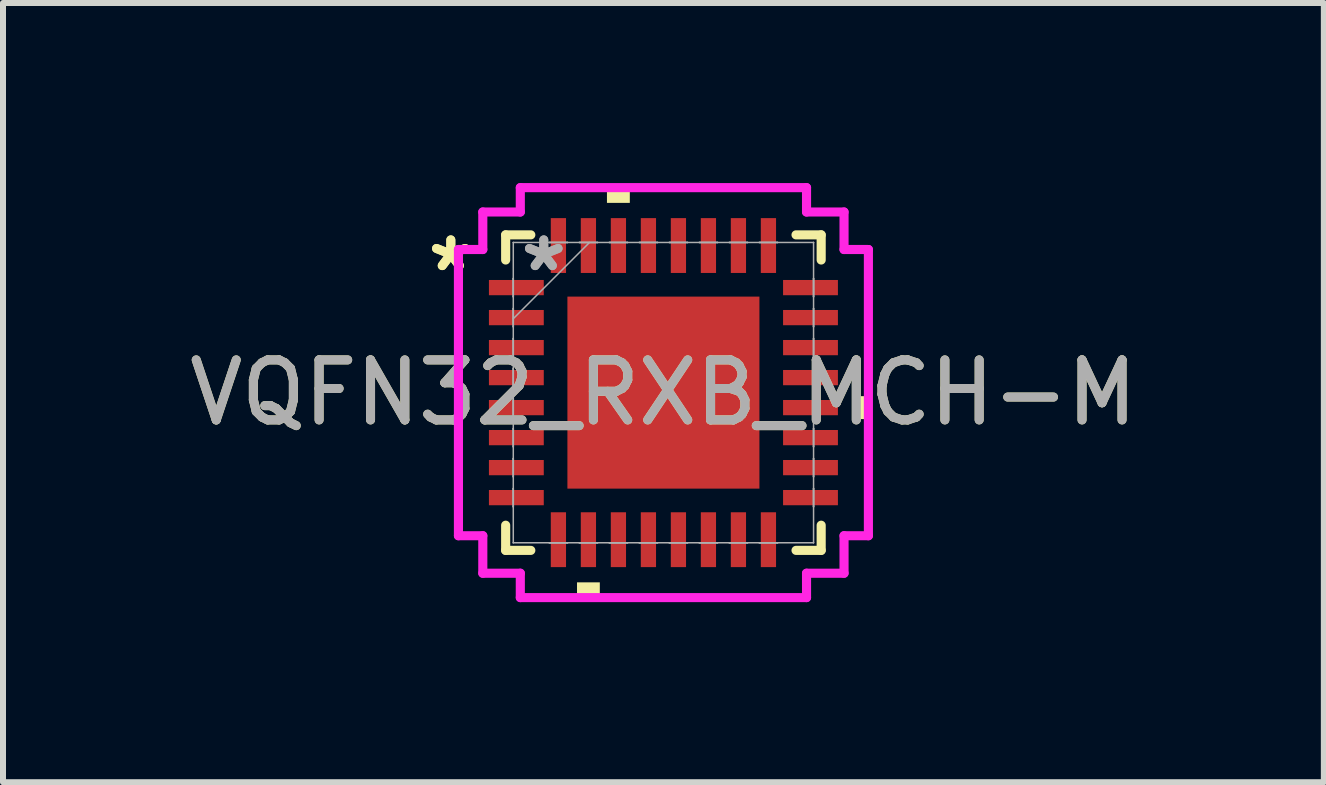
<source format=kicad_pcb>
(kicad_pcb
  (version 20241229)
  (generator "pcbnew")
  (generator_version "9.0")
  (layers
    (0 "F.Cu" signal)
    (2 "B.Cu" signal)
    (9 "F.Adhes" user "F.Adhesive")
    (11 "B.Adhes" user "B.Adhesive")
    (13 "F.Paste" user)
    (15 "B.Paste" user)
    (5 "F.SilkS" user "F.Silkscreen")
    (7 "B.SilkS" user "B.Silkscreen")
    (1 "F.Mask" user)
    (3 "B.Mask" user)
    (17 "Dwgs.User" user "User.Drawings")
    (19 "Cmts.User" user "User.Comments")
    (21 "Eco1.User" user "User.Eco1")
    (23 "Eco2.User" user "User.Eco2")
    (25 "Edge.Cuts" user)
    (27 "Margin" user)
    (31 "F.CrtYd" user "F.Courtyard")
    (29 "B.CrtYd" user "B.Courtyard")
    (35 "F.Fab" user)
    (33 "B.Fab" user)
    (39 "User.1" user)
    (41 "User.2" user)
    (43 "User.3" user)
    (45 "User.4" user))
  (footprint "VQFN32_RXB_MCH-M"
    (layer "F.Cu")
    (at 8.006 3.493)
    (property "Reference" "VQFN32_RXB_MCH-M" (at 0 0 0) (unlocked yes) (layer "F.SilkS") (effects (font (size 1 1) (thickness 0.15))))
    (attr smd)
    (fp_line (start -2.629 -2.629) (end -2.629 -2.21) (stroke (width 0.152) (type solid)) (layer "F.SilkS"))
    (fp_line (start -2.629 2.21) (end -2.629 2.629) (stroke (width 0.152) (type solid)) (layer "F.SilkS"))
    (fp_line (start -2.629 2.629) (end -2.21 2.629) (stroke (width 0.152) (type solid)) (layer "F.SilkS"))
    (fp_line (start -2.21 -2.629) (end -2.629 -2.629) (stroke (width 0.152) (type solid)) (layer "F.SilkS"))
    (fp_line (start 2.21 2.629) (end 2.629 2.629) (stroke (width 0.152) (type solid)) (layer "F.SilkS"))
    (fp_line (start 2.629 -2.629) (end 2.21 -2.629) (stroke (width 0.152) (type solid)) (layer "F.SilkS"))
    (fp_line (start 2.629 -2.21) (end 2.629 -2.629) (stroke (width 0.152) (type solid)) (layer "F.SilkS"))
    (fp_line (start 2.629 2.629) (end 2.629 2.21) (stroke (width 0.152) (type solid)) (layer "F.SilkS"))
    (fp_poly (pts (xy -1.44 3.162) (xy -1.44 3.416) (xy -1.06 3.416) (xy -1.06 3.162)) (stroke (width 0) (type solid)) (fill yes) (layer "F.SilkS"))
    (fp_poly (pts (xy -0.941 -3.162) (xy -0.941 -3.416) (xy -0.56 -3.416) (xy -0.56 -3.162)) (stroke (width 0) (type solid)) (fill yes) (layer "F.SilkS"))
    (fp_poly (pts (xy 3.416 0.059) (xy 3.416 0.441) (xy 3.162 0.441) (xy 3.162 0.059)) (stroke (width 0) (type solid)) (fill yes) (layer "F.SilkS"))
    (fp_poly (pts (xy -1.5 -1.5) (xy -1.5 -0.1) (xy -0.1 -0.1) (xy -0.1 -1.5)) (stroke (width 0) (type solid)) (fill yes) (layer "F.Paste"))
    (fp_poly (pts (xy -1.5 0.1) (xy -1.5 1.5) (xy -0.1 1.5) (xy -0.1 0.1)) (stroke (width 0) (type solid)) (fill yes) (layer "F.Paste"))
    (fp_poly (pts (xy 0.1 -1.5) (xy 0.1 -0.1) (xy 1.5 -0.1) (xy 1.5 -1.5)) (stroke (width 0) (type solid)) (fill yes) (layer "F.Paste"))
    (fp_poly (pts (xy 0.1 0.1) (xy 0.1 1.5) (xy 1.5 1.5) (xy 1.5 0.1)) (stroke (width 0) (type solid)) (fill yes) (layer "F.Paste"))
    (fp_line (start -3.416 -2.385) (end -3.01 -2.385) (stroke (width 0.152) (type solid)) (layer "F.CrtYd"))
    (fp_line (start -3.416 2.385) (end -3.416 -2.385) (stroke (width 0.152) (type solid)) (layer "F.CrtYd"))
    (fp_line (start -3.01 -3.01) (end -2.385 -3.01) (stroke (width 0.152) (type solid)) (layer "F.CrtYd"))
    (fp_line (start -3.01 -2.385) (end -3.01 -3.01) (stroke (width 0.152) (type solid)) (layer "F.CrtYd"))
    (fp_line (start -3.01 2.385) (end -3.416 2.385) (stroke (width 0.152) (type solid)) (layer "F.CrtYd"))
    (fp_line (start -3.01 3.01) (end -3.01 2.385) (stroke (width 0.152) (type solid)) (layer "F.CrtYd"))
    (fp_line (start -2.385 -3.416) (end 2.385 -3.416) (stroke (width 0.152) (type solid)) (layer "F.CrtYd"))
    (fp_line (start -2.385 -3.01) (end -2.385 -3.416) (stroke (width 0.152) (type solid)) (layer "F.CrtYd"))
    (fp_line (start -2.385 3.01) (end -3.01 3.01) (stroke (width 0.152) (type solid)) (layer "F.CrtYd"))
    (fp_line (start -2.385 3.416) (end -2.385 3.01) (stroke (width 0.152) (type solid)) (layer "F.CrtYd"))
    (fp_line (start 2.385 -3.416) (end 2.385 -3.01) (stroke (width 0.152) (type solid)) (layer "F.CrtYd"))
    (fp_line (start 2.385 -3.01) (end 3.01 -3.01) (stroke (width 0.152) (type solid)) (layer "F.CrtYd"))
    (fp_line (start 2.385 3.01) (end 2.385 3.416) (stroke (width 0.152) (type solid)) (layer "F.CrtYd"))
    (fp_line (start 2.385 3.416) (end -2.385 3.416) (stroke (width 0.152) (type solid)) (layer "F.CrtYd"))
    (fp_line (start 3.01 -3.01) (end 3.01 -2.385) (stroke (width 0.152) (type solid)) (layer "F.CrtYd"))
    (fp_line (start 3.01 -2.385) (end 3.416 -2.385) (stroke (width 0.152) (type solid)) (layer "F.CrtYd"))
    (fp_line (start 3.01 2.385) (end 3.01 3.01) (stroke (width 0.152) (type solid)) (layer "F.CrtYd"))
    (fp_line (start 3.01 3.01) (end 2.385 3.01) (stroke (width 0.152) (type solid)) (layer "F.CrtYd"))
    (fp_line (start 3.416 -2.385) (end 3.416 2.385) (stroke (width 0.152) (type solid)) (layer "F.CrtYd"))
    (fp_line (start 3.416 2.385) (end 3.01 2.385) (stroke (width 0.152) (type solid)) (layer "F.CrtYd"))
    (fp_line (start -2.502 -2.502) (end -2.502 -2.502) (stroke (width 0.025) (type solid)) (layer "F.Fab"))
    (fp_line (start -2.502 -2.502) (end -2.502 2.502) (stroke (width 0.025) (type solid)) (layer "F.Fab"))
    (fp_line (start -2.502 -1.902) (end -2.502 -1.902) (stroke (width 0.025) (type solid)) (layer "F.Fab"))
    (fp_line (start -2.502 -1.902) (end -2.502 -1.598) (stroke (width 0.025) (type solid)) (layer "F.Fab"))
    (fp_line (start -2.502 -1.598) (end -2.502 -1.902) (stroke (width 0.025) (type solid)) (layer "F.Fab"))
    (fp_line (start -2.502 -1.598) (end -2.502 -1.598) (stroke (width 0.025) (type solid)) (layer "F.Fab"))
    (fp_line (start -2.502 -1.402) (end -2.502 -1.402) (stroke (width 0.025) (type solid)) (layer "F.Fab"))
    (fp_line (start -2.502 -1.402) (end -2.502 -1.098) (stroke (width 0.025) (type solid)) (layer "F.Fab"))
    (fp_line (start -2.502 -1.232) (end -1.232 -2.502) (stroke (width 0.025) (type solid)) (layer "F.Fab"))
    (fp_line (start -2.502 -1.098) (end -2.502 -1.402) (stroke (width 0.025) (type solid)) (layer "F.Fab"))
    (fp_line (start -2.502 -1.098) (end -2.502 -1.098) (stroke (width 0.025) (type solid)) (layer "F.Fab"))
    (fp_line (start -2.502 -0.902) (end -2.502 -0.902) (stroke (width 0.025) (type solid)) (layer "F.Fab"))
    (fp_line (start -2.502 -0.902) (end -2.502 -0.598) (stroke (width 0.025) (type solid)) (layer "F.Fab"))
    (fp_line (start -2.502 -0.598) (end -2.502 -0.902) (stroke (width 0.025) (type solid)) (layer "F.Fab"))
    (fp_line (start -2.502 -0.598) (end -2.502 -0.598) (stroke (width 0.025) (type solid)) (layer "F.Fab"))
    (fp_line (start -2.502 -0.402) (end -2.502 -0.402) (stroke (width 0.025) (type solid)) (layer "F.Fab"))
    (fp_line (start -2.502 -0.402) (end -2.502 -0.098) (stroke (width 0.025) (type solid)) (layer "F.Fab"))
    (fp_line (start -2.502 -0.098) (end -2.502 -0.402) (stroke (width 0.025) (type solid)) (layer "F.Fab"))
    (fp_line (start -2.502 -0.098) (end -2.502 -0.098) (stroke (width 0.025) (type solid)) (layer "F.Fab"))
    (fp_line (start -2.502 0.098) (end -2.502 0.098) (stroke (width 0.025) (type solid)) (layer "F.Fab"))
    (fp_line (start -2.502 0.098) (end -2.502 0.402) (stroke (width 0.025) (type solid)) (layer "F.Fab"))
    (fp_line (start -2.502 0.402) (end -2.502 0.098) (stroke (width 0.025) (type solid)) (layer "F.Fab"))
    (fp_line (start -2.502 0.402) (end -2.502 0.402) (stroke (width 0.025) (type solid)) (layer "F.Fab"))
    (fp_line (start -2.502 0.598) (end -2.502 0.598) (stroke (width 0.025) (type solid)) (layer "F.Fab"))
    (fp_line (start -2.502 0.598) (end -2.502 0.902) (stroke (width 0.025) (type solid)) (layer "F.Fab"))
    (fp_line (start -2.502 0.902) (end -2.502 0.598) (stroke (width 0.025) (type solid)) (layer "F.Fab"))
    (fp_line (start -2.502 0.902) (end -2.502 0.902) (stroke (width 0.025) (type solid)) (layer "F.Fab"))
    (fp_line (start -2.502 1.098) (end -2.502 1.098) (stroke (width 0.025) (type solid)) (layer "F.Fab"))
    (fp_line (start -2.502 1.098) (end -2.502 1.402) (stroke (width 0.025) (type solid)) (layer "F.Fab"))
    (fp_line (start -2.502 1.402) (end -2.502 1.098) (stroke (width 0.025) (type solid)) (layer "F.Fab"))
    (fp_line (start -2.502 1.402) (end -2.502 1.402) (stroke (width 0.025) (type solid)) (layer "F.Fab"))
    (fp_line (start -2.502 1.598) (end -2.502 1.598) (stroke (width 0.025) (type solid)) (layer "F.Fab"))
    (fp_line (start -2.502 1.598) (end -2.502 1.902) (stroke (width 0.025) (type solid)) (layer "F.Fab"))
    (fp_line (start -2.502 1.902) (end -2.502 1.598) (stroke (width 0.025) (type solid)) (layer "F.Fab"))
    (fp_line (start -2.502 1.902) (end -2.502 1.902) (stroke (width 0.025) (type solid)) (layer "F.Fab"))
    (fp_line (start -2.502 2.502) (end -2.502 2.502) (stroke (width 0.025) (type solid)) (layer "F.Fab"))
    (fp_line (start -2.502 2.502) (end 2.502 2.502) (stroke (width 0.025) (type solid)) (layer "F.Fab"))
    (fp_line (start -1.902 -2.502) (end -1.902 -2.502) (stroke (width 0.025) (type solid)) (layer "F.Fab"))
    (fp_line (start -1.902 -2.502) (end -1.598 -2.502) (stroke (width 0.025) (type solid)) (layer "F.Fab"))
    (fp_line (start -1.902 2.502) (end -1.902 2.502) (stroke (width 0.025) (type solid)) (layer "F.Fab"))
    (fp_line (start -1.902 2.502) (end -1.598 2.502) (stroke (width 0.025) (type solid)) (layer "F.Fab"))
    (fp_line (start -1.598 -2.502) (end -1.902 -2.502) (stroke (width 0.025) (type solid)) (layer "F.Fab"))
    (fp_line (start -1.598 -2.502) (end -1.598 -2.502) (stroke (width 0.025) (type solid)) (layer "F.Fab"))
    (fp_line (start -1.598 2.502) (end -1.902 2.502) (stroke (width 0.025) (type solid)) (layer "F.Fab"))
    (fp_line (start -1.598 2.502) (end -1.598 2.502) (stroke (width 0.025) (type solid)) (layer "F.Fab"))
    (fp_line (start -1.402 -2.502) (end -1.402 -2.502) (stroke (width 0.025) (type solid)) (layer "F.Fab"))
    (fp_line (start -1.402 -2.502) (end -1.098 -2.502) (stroke (width 0.025) (type solid)) (layer "F.Fab"))
    (fp_line (start -1.402 2.502) (end -1.402 2.502) (stroke (width 0.025) (type solid)) (layer "F.Fab"))
    (fp_line (start -1.402 2.502) (end -1.098 2.502) (stroke (width 0.025) (type solid)) (layer "F.Fab"))
    (fp_line (start -1.098 -2.502) (end -1.402 -2.502) (stroke (width 0.025) (type solid)) (layer "F.Fab"))
    (fp_line (start -1.098 -2.502) (end -1.098 -2.502) (stroke (width 0.025) (type solid)) (layer "F.Fab"))
    (fp_line (start -1.098 2.502) (end -1.402 2.502) (stroke (width 0.025) (type solid)) (layer "F.Fab"))
    (fp_line (start -1.098 2.502) (end -1.098 2.502) (stroke (width 0.025) (type solid)) (layer "F.Fab"))
    (fp_line (start -0.902 -2.502) (end -0.902 -2.502) (stroke (width 0.025) (type solid)) (layer "F.Fab"))
    (fp_line (start -0.902 -2.502) (end -0.598 -2.502) (stroke (width 0.025) (type solid)) (layer "F.Fab"))
    (fp_line (start -0.902 2.502) (end -0.902 2.502) (stroke (width 0.025) (type solid)) (layer "F.Fab"))
    (fp_line (start -0.902 2.502) (end -0.598 2.502) (stroke (width 0.025) (type solid)) (layer "F.Fab"))
    (fp_line (start -0.598 -2.502) (end -0.902 -2.502) (stroke (width 0.025) (type solid)) (layer "F.Fab"))
    (fp_line (start -0.598 -2.502) (end -0.598 -2.502) (stroke (width 0.025) (type solid)) (layer "F.Fab"))
    (fp_line (start -0.598 2.502) (end -0.902 2.502) (stroke (width 0.025) (type solid)) (layer "F.Fab"))
    (fp_line (start -0.598 2.502) (end -0.598 2.502) (stroke (width 0.025) (type solid)) (layer "F.Fab"))
    (fp_line (start -0.402 -2.502) (end -0.402 -2.502) (stroke (width 0.025) (type solid)) (layer "F.Fab"))
    (fp_line (start -0.402 -2.502) (end -0.098 -2.502) (stroke (width 0.025) (type solid)) (layer "F.Fab"))
    (fp_line (start -0.402 2.502) (end -0.402 2.502) (stroke (width 0.025) (type solid)) (layer "F.Fab"))
    (fp_line (start -0.402 2.502) (end -0.098 2.502) (stroke (width 0.025) (type solid)) (layer "F.Fab"))
    (fp_line (start -0.098 -2.502) (end -0.402 -2.502) (stroke (width 0.025) (type solid)) (layer "F.Fab"))
    (fp_line (start -0.098 -2.502) (end -0.098 -2.502) (stroke (width 0.025) (type solid)) (layer "F.Fab"))
    (fp_line (start -0.098 2.502) (end -0.402 2.502) (stroke (width 0.025) (type solid)) (layer "F.Fab"))
    (fp_line (start -0.098 2.502) (end -0.098 2.502) (stroke (width 0.025) (type solid)) (layer "F.Fab"))
    (fp_line (start 0.098 -2.502) (end 0.098 -2.502) (stroke (width 0.025) (type solid)) (layer "F.Fab"))
    (fp_line (start 0.098 -2.502) (end 0.402 -2.502) (stroke (width 0.025) (type solid)) (layer "F.Fab"))
    (fp_line (start 0.098 2.502) (end 0.098 2.502) (stroke (width 0.025) (type solid)) (layer "F.Fab"))
    (fp_line (start 0.098 2.502) (end 0.402 2.502) (stroke (width 0.025) (type solid)) (layer "F.Fab"))
    (fp_line (start 0.402 -2.502) (end 0.098 -2.502) (stroke (width 0.025) (type solid)) (layer "F.Fab"))
    (fp_line (start 0.402 -2.502) (end 0.402 -2.502) (stroke (width 0.025) (type solid)) (layer "F.Fab"))
    (fp_line (start 0.402 2.502) (end 0.098 2.502) (stroke (width 0.025) (type solid)) (layer "F.Fab"))
    (fp_line (start 0.402 2.502) (end 0.402 2.502) (stroke (width 0.025) (type solid)) (layer "F.Fab"))
    (fp_line (start 0.598 -2.502) (end 0.598 -2.502) (stroke (width 0.025) (type solid)) (layer "F.Fab"))
    (fp_line (start 0.598 -2.502) (end 0.902 -2.502) (stroke (width 0.025) (type solid)) (layer "F.Fab"))
    (fp_line (start 0.598 2.502) (end 0.598 2.502) (stroke (width 0.025) (type solid)) (layer "F.Fab"))
    (fp_line (start 0.598 2.502) (end 0.902 2.502) (stroke (width 0.025) (type solid)) (layer "F.Fab"))
    (fp_line (start 0.902 -2.502) (end 0.598 -2.502) (stroke (width 0.025) (type solid)) (layer "F.Fab"))
    (fp_line (start 0.902 -2.502) (end 0.902 -2.502) (stroke (width 0.025) (type solid)) (layer "F.Fab"))
    (fp_line (start 0.902 2.502) (end 0.598 2.502) (stroke (width 0.025) (type solid)) (layer "F.Fab"))
    (fp_line (start 0.902 2.502) (end 0.902 2.502) (stroke (width 0.025) (type solid)) (layer "F.Fab"))
    (fp_line (start 1.098 -2.502) (end 1.098 -2.502) (stroke (width 0.025) (type solid)) (layer "F.Fab"))
    (fp_line (start 1.098 -2.502) (end 1.402 -2.502) (stroke (width 0.025) (type solid)) (layer "F.Fab"))
    (fp_line (start 1.098 2.502) (end 1.098 2.502) (stroke (width 0.025) (type solid)) (layer "F.Fab"))
    (fp_line (start 1.098 2.502) (end 1.402 2.502) (stroke (width 0.025) (type solid)) (layer "F.Fab"))
    (fp_line (start 1.402 -2.502) (end 1.098 -2.502) (stroke (width 0.025) (type solid)) (layer "F.Fab"))
    (fp_line (start 1.402 -2.502) (end 1.402 -2.502) (stroke (width 0.025) (type solid)) (layer "F.Fab"))
    (fp_line (start 1.402 2.502) (end 1.098 2.502) (stroke (width 0.025) (type solid)) (layer "F.Fab"))
    (fp_line (start 1.402 2.502) (end 1.402 2.502) (stroke (width 0.025) (type solid)) (layer "F.Fab"))
    (fp_line (start 1.598 -2.502) (end 1.598 -2.502) (stroke (width 0.025) (type solid)) (layer "F.Fab"))
    (fp_line (start 1.598 -2.502) (end 1.902 -2.502) (stroke (width 0.025) (type solid)) (layer "F.Fab"))
    (fp_line (start 1.598 2.502) (end 1.598 2.502) (stroke (width 0.025) (type solid)) (layer "F.Fab"))
    (fp_line (start 1.598 2.502) (end 1.902 2.502) (stroke (width 0.025) (type solid)) (layer "F.Fab"))
    (fp_line (start 1.902 -2.502) (end 1.598 -2.502) (stroke (width 0.025) (type solid)) (layer "F.Fab"))
    (fp_line (start 1.902 -2.502) (end 1.902 -2.502) (stroke (width 0.025) (type solid)) (layer "F.Fab"))
    (fp_line (start 1.902 2.502) (end 1.598 2.502) (stroke (width 0.025) (type solid)) (layer "F.Fab"))
    (fp_line (start 1.902 2.502) (end 1.902 2.502) (stroke (width 0.025) (type solid)) (layer "F.Fab"))
    (fp_line (start 2.502 -2.502) (end -2.502 -2.502) (stroke (width 0.025) (type solid)) (layer "F.Fab"))
    (fp_line (start 2.502 -2.502) (end 2.502 -2.502) (stroke (width 0.025) (type solid)) (layer "F.Fab"))
    (fp_line (start 2.502 -1.902) (end 2.502 -1.902) (stroke (width 0.025) (type solid)) (layer "F.Fab"))
    (fp_line (start 2.502 -1.902) (end 2.502 -1.598) (stroke (width 0.025) (type solid)) (layer "F.Fab"))
    (fp_line (start 2.502 -1.598) (end 2.502 -1.902) (stroke (width 0.025) (type solid)) (layer "F.Fab"))
    (fp_line (start 2.502 -1.598) (end 2.502 -1.598) (stroke (width 0.025) (type solid)) (layer "F.Fab"))
    (fp_line (start 2.502 -1.402) (end 2.502 -1.402) (stroke (width 0.025) (type solid)) (layer "F.Fab"))
    (fp_line (start 2.502 -1.402) (end 2.502 -1.098) (stroke (width 0.025) (type solid)) (layer "F.Fab"))
    (fp_line (start 2.502 -1.098) (end 2.502 -1.402) (stroke (width 0.025) (type solid)) (layer "F.Fab"))
    (fp_line (start 2.502 -1.098) (end 2.502 -1.098) (stroke (width 0.025) (type solid)) (layer "F.Fab"))
    (fp_line (start 2.502 -0.902) (end 2.502 -0.902) (stroke (width 0.025) (type solid)) (layer "F.Fab"))
    (fp_line (start 2.502 -0.902) (end 2.502 -0.598) (stroke (width 0.025) (type solid)) (layer "F.Fab"))
    (fp_line (start 2.502 -0.598) (end 2.502 -0.902) (stroke (width 0.025) (type solid)) (layer "F.Fab"))
    (fp_line (start 2.502 -0.598) (end 2.502 -0.598) (stroke (width 0.025) (type solid)) (layer "F.Fab"))
    (fp_line (start 2.502 -0.402) (end 2.502 -0.402) (stroke (width 0.025) (type solid)) (layer "F.Fab"))
    (fp_line (start 2.502 -0.402) (end 2.502 -0.098) (stroke (width 0.025) (type solid)) (layer "F.Fab"))
    (fp_line (start 2.502 -0.098) (end 2.502 -0.402) (stroke (width 0.025) (type solid)) (layer "F.Fab"))
    (fp_line (start 2.502 -0.098) (end 2.502 -0.098) (stroke (width 0.025) (type solid)) (layer "F.Fab"))
    (fp_line (start 2.502 0.098) (end 2.502 0.098) (stroke (width 0.025) (type solid)) (layer "F.Fab"))
    (fp_line (start 2.502 0.098) (end 2.502 0.402) (stroke (width 0.025) (type solid)) (layer "F.Fab"))
    (fp_line (start 2.502 0.402) (end 2.502 0.098) (stroke (width 0.025) (type solid)) (layer "F.Fab"))
    (fp_line (start 2.502 0.402) (end 2.502 0.402) (stroke (width 0.025) (type solid)) (layer "F.Fab"))
    (fp_line (start 2.502 0.598) (end 2.502 0.598) (stroke (width 0.025) (type solid)) (layer "F.Fab"))
    (fp_line (start 2.502 0.598) (end 2.502 0.902) (stroke (width 0.025) (type solid)) (layer "F.Fab"))
    (fp_line (start 2.502 0.902) (end 2.502 0.598) (stroke (width 0.025) (type solid)) (layer "F.Fab"))
    (fp_line (start 2.502 0.902) (end 2.502 0.902) (stroke (width 0.025) (type solid)) (layer "F.Fab"))
    (fp_line (start 2.502 1.098) (end 2.502 1.098) (stroke (width 0.025) (type solid)) (layer "F.Fab"))
    (fp_line (start 2.502 1.098) (end 2.502 1.402) (stroke (width 0.025) (type solid)) (layer "F.Fab"))
    (fp_line (start 2.502 1.402) (end 2.502 1.098) (stroke (width 0.025) (type solid)) (layer "F.Fab"))
    (fp_line (start 2.502 1.402) (end 2.502 1.402) (stroke (width 0.025) (type solid)) (layer "F.Fab"))
    (fp_line (start 2.502 1.598) (end 2.502 1.598) (stroke (width 0.025) (type solid)) (layer "F.Fab"))
    (fp_line (start 2.502 1.598) (end 2.502 1.902) (stroke (width 0.025) (type solid)) (layer "F.Fab"))
    (fp_line (start 2.502 1.902) (end 2.502 1.598) (stroke (width 0.025) (type solid)) (layer "F.Fab"))
    (fp_line (start 2.502 1.902) (end 2.502 1.902) (stroke (width 0.025) (type solid)) (layer "F.Fab"))
    (fp_line (start 2.502 2.502) (end 2.502 -2.502) (stroke (width 0.025) (type solid)) (layer "F.Fab"))
    (fp_line (start 2.502 2.502) (end 2.502 2.502) (stroke (width 0.025) (type solid)) (layer "F.Fab"))
    (fp_text user "*" (at -3.543 -2 0) (layer "F.SilkS") (effects (font (size 1 1) (thickness 0.15))))
    (fp_text user "*" (at -3.543 -2 0) (unlocked yes) (layer "F.SilkS") (effects (font (size 1 1) (thickness 0.15))))
    (fp_text user "*" (at -1.994 -2 0) (layer "F.Fab") (effects (font (size 1 1) (thickness 0.15))))
    (fp_text user "${REFERENCE}" (at 0 0 0) (unlocked yes) (layer "F.Fab") (effects (font (size 1 1) (thickness 0.15))))
    (fp_text user "*" (at -1.994 -2 0) (unlocked yes) (layer "F.Fab") (effects (font (size 1 1) (thickness 0.15))))
    (pad "1" smd rect (at -2.451 -1.75 90) (size 0.254 0.914) (layers "F.Cu" "F.Mask" "F.Paste"))
    (pad "2" smd rect (at -2.451 -1.25 90) (size 0.254 0.914) (layers "F.Cu" "F.Mask" "F.Paste"))
    (pad "3" smd rect (at -2.451 -0.75 90) (size 0.254 0.914) (layers "F.Cu" "F.Mask" "F.Paste"))
    (pad "4" smd rect (at -2.451 -0.25 90) (size 0.254 0.914) (layers "F.Cu" "F.Mask" "F.Paste"))
    (pad "5" smd rect (at -2.451 0.25 90) (size 0.254 0.914) (layers "F.Cu" "F.Mask" "F.Paste"))
    (pad "6" smd rect (at -2.451 0.75 90) (size 0.254 0.914) (layers "F.Cu" "F.Mask" "F.Paste"))
    (pad "7" smd rect (at -2.451 1.25 90) (size 0.254 0.914) (layers "F.Cu" "F.Mask" "F.Paste"))
    (pad "8" smd rect (at -2.451 1.75 90) (size 0.254 0.914) (layers "F.Cu" "F.Mask" "F.Paste"))
    (pad "9" smd rect (at -1.75 2.451) (size 0.254 0.914) (layers "F.Cu" "F.Mask" "F.Paste"))
    (pad "10" smd rect (at -1.25 2.451) (size 0.254 0.914) (layers "F.Cu" "F.Mask" "F.Paste"))
    (pad "11" smd rect (at -0.75 2.451) (size 0.254 0.914) (layers "F.Cu" "F.Mask" "F.Paste"))
    (pad "12" smd rect (at -0.25 2.451) (size 0.254 0.914) (layers "F.Cu" "F.Mask" "F.Paste"))
    (pad "13" smd rect (at 0.25 2.451) (size 0.254 0.914) (layers "F.Cu" "F.Mask" "F.Paste"))
    (pad "14" smd rect (at 0.75 2.451) (size 0.254 0.914) (layers "F.Cu" "F.Mask" "F.Paste"))
    (pad "15" smd rect (at 1.25 2.451) (size 0.254 0.914) (layers "F.Cu" "F.Mask" "F.Paste"))
    (pad "16" smd rect (at 1.75 2.451) (size 0.254 0.914) (layers "F.Cu" "F.Mask" "F.Paste"))
    (pad "17" smd rect (at 2.451 1.75 90) (size 0.254 0.914) (layers "F.Cu" "F.Mask" "F.Paste"))
    (pad "18" smd rect (at 2.451 1.25 90) (size 0.254 0.914) (layers "F.Cu" "F.Mask" "F.Paste"))
    (pad "19" smd rect (at 2.451 0.75 90) (size 0.254 0.914) (layers "F.Cu" "F.Mask" "F.Paste"))
    (pad "20" smd rect (at 2.451 0.25 90) (size 0.254 0.914) (layers "F.Cu" "F.Mask" "F.Paste"))
    (pad "21" smd rect (at 2.451 -0.25 90) (size 0.254 0.914) (layers "F.Cu" "F.Mask" "F.Paste"))
    (pad "22" smd rect (at 2.451 -0.75 90) (size 0.254 0.914) (layers "F.Cu" "F.Mask" "F.Paste"))
    (pad "23" smd rect (at 2.451 -1.25 90) (size 0.254 0.914) (layers "F.Cu" "F.Mask" "F.Paste"))
    (pad "24" smd rect (at 2.451 -1.75 90) (size 0.254 0.914) (layers "F.Cu" "F.Mask" "F.Paste"))
    (pad "25" smd rect (at 1.75 -2.451) (size 0.254 0.914) (layers "F.Cu" "F.Mask" "F.Paste"))
    (pad "26" smd rect (at 1.25 -2.451) (size 0.254 0.914) (layers "F.Cu" "F.Mask" "F.Paste"))
    (pad "27" smd rect (at 0.75 -2.451) (size 0.254 0.914) (layers "F.Cu" "F.Mask" "F.Paste"))
    (pad "28" smd rect (at 0.25 -2.451) (size 0.254 0.914) (layers "F.Cu" "F.Mask" "F.Paste"))
    (pad "29" smd rect (at -0.25 -2.451) (size 0.254 0.914) (layers "F.Cu" "F.Mask" "F.Paste"))
    (pad "30" smd rect (at -0.75 -2.451) (size 0.254 0.914) (layers "F.Cu" "F.Mask" "F.Paste"))
    (pad "31" smd rect (at -1.25 -2.451) (size 0.254 0.914) (layers "F.Cu" "F.Mask" "F.Paste"))
    (pad "32" smd rect (at -1.75 -2.451) (size 0.254 0.914) (layers "F.Cu" "F.Mask" "F.Paste"))
    (pad "33" smd rect (at 0 0) (size 3.2 3.2) (layers "F.Cu" "F.Mask")))
  (gr_rect
    (start -3 -3)
    (end 19.012 9.985)
    (stroke (width 0.1) (type default))
    (fill no)
    (layer "Edge.Cuts")))
</source>
